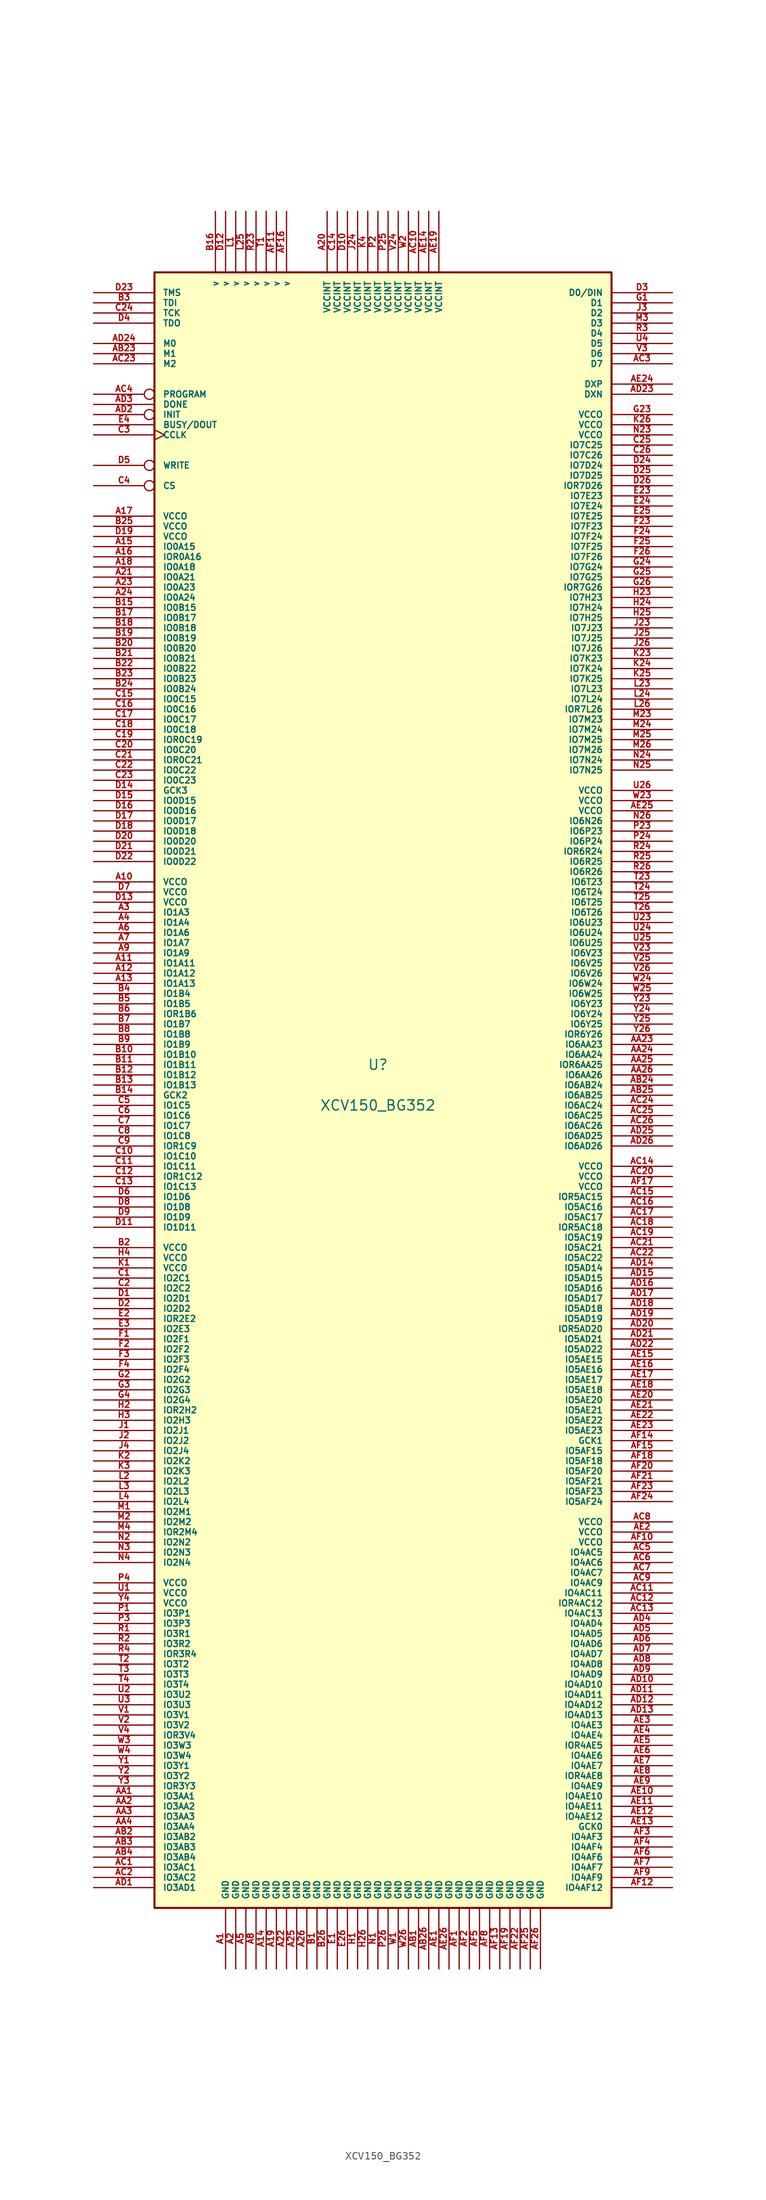
<source format=kicad_sym>
(kicad_symbol_lib
  (version 20201005)
  (generator kicad_symbol_editor)
  (symbol "FPGA_Xilinx:XCV150_BG352"
    (pin_names
      (offset 1.016))
    (property "Reference" "U"
      (at 0 2.54 0)
      (effects (font (size 1.27 1.27))))
    (property "Value" "XCV150_BG352"
      (at 0 -2.54 0)
      (effects (font (size 1.27 1.27))))
    (symbol "XCV150_BG352_0_1"
      (rectangle (start -27.94 101.6) (end 29.21 -102.87) (stroke (width 0.254)) (fill (type background))))
    (symbol "XCV150_BG352_1_1"
      (pin power_in line (at -19.05 -110.49 90) (length 7.62) (name "GND" (effects (font (size 0.762 0.762)))) (number "A1" (effects (font (size 0.762 0.762)))))
      (pin power_in line (at -35.56 25.4 0) (length 7.62) (name "VCCO" (effects (font (size 0.762 0.762)))) (number "A10" (effects (font (size 0.762 0.762)))))
      (pin bidirectional line (at -35.56 15.24 0) (length 7.62) (name "IO1A11" (effects (font (size 0.762 0.762)))) (number "A11" (effects (font (size 0.762 0.762)))))
      (pin bidirectional line (at -35.56 13.97 0) (length 7.62) (name "IO1A12" (effects (font (size 0.762 0.762)))) (number "A12" (effects (font (size 0.762 0.762)))))
      (pin bidirectional line (at -35.56 12.7 0) (length 7.62) (name "IO1A13" (effects (font (size 0.762 0.762)))) (number "A13" (effects (font (size 0.762 0.762)))))
      (pin power_in line (at -13.97 -110.49 90) (length 7.62) (name "GND" (effects (font (size 0.762 0.762)))) (number "A14" (effects (font (size 0.762 0.762)))))
      (pin bidirectional line (at -35.56 67.31 0) (length 7.62) (name "IO0A15" (effects (font (size 0.762 0.762)))) (number "A15" (effects (font (size 0.762 0.762)))))
      (pin bidirectional line (at -35.56 66.04 0) (length 7.62) (name "IOR0A16" (effects (font (size 0.762 0.762)))) (number "A16" (effects (font (size 0.762 0.762)))))
      (pin power_in line (at -35.56 71.12 0) (length 7.62) (name "VCCO" (effects (font (size 0.762 0.762)))) (number "A17" (effects (font (size 0.762 0.762)))))
      (pin bidirectional line (at -35.56 64.77 0) (length 7.62) (name "IO0A18" (effects (font (size 0.762 0.762)))) (number "A18" (effects (font (size 0.762 0.762)))))
      (pin power_in line (at -12.7 -110.49 90) (length 7.62) (name "GND" (effects (font (size 0.762 0.762)))) (number "A19" (effects (font (size 0.762 0.762)))))
      (pin power_in line (at -17.78 -110.49 90) (length 7.62) (name "GND" (effects (font (size 0.762 0.762)))) (number "A2" (effects (font (size 0.762 0.762)))))
      (pin power_in line (at -6.35 109.22 270) (length 7.62) (name "VCCINT" (effects (font (size 0.762 0.762)))) (number "A20" (effects (font (size 0.762 0.762)))))
      (pin bidirectional line (at -35.56 63.5 0) (length 7.62) (name "IO0A21" (effects (font (size 0.762 0.762)))) (number "A21" (effects (font (size 0.762 0.762)))))
      (pin power_in line (at -11.43 -110.49 90) (length 7.62) (name "GND" (effects (font (size 0.762 0.762)))) (number "A22" (effects (font (size 0.762 0.762)))))
      (pin bidirectional line (at -35.56 62.23 0) (length 7.62) (name "IO0A23" (effects (font (size 0.762 0.762)))) (number "A23" (effects (font (size 0.762 0.762)))))
      (pin bidirectional line (at -35.56 60.96 0) (length 7.62) (name "IO0A24" (effects (font (size 0.762 0.762)))) (number "A24" (effects (font (size 0.762 0.762)))))
      (pin power_in line (at -10.16 -110.49 90) (length 7.62) (name "GND" (effects (font (size 0.762 0.762)))) (number "A25" (effects (font (size 0.762 0.762)))))
      (pin power_in line (at -8.89 -110.49 90) (length 7.62) (name "GND" (effects (font (size 0.762 0.762)))) (number "A26" (effects (font (size 0.762 0.762)))))
      (pin bidirectional line (at -35.56 21.59 0) (length 7.62) (name "IO1A3" (effects (font (size 0.762 0.762)))) (number "A3" (effects (font (size 0.762 0.762)))))
      (pin bidirectional line (at -35.56 20.32 0) (length 7.62) (name "IO1A4" (effects (font (size 0.762 0.762)))) (number "A4" (effects (font (size 0.762 0.762)))))
      (pin power_in line (at -16.51 -110.49 90) (length 7.62) (name "GND" (effects (font (size 0.762 0.762)))) (number "A5" (effects (font (size 0.762 0.762)))))
      (pin bidirectional line (at -35.56 19.05 0) (length 7.62) (name "IO1A6" (effects (font (size 0.762 0.762)))) (number "A6" (effects (font (size 0.762 0.762)))))
      (pin bidirectional line (at -35.56 17.78 0) (length 7.62) (name "IO1A7" (effects (font (size 0.762 0.762)))) (number "A7" (effects (font (size 0.762 0.762)))))
      (pin power_in line (at -15.24 -110.49 90) (length 7.62) (name "GND" (effects (font (size 0.762 0.762)))) (number "A8" (effects (font (size 0.762 0.762)))))
      (pin bidirectional line (at -35.56 16.51 0) (length 7.62) (name "IO1A9" (effects (font (size 0.762 0.762)))) (number "A9" (effects (font (size 0.762 0.762)))))
      (pin bidirectional line (at -35.56 -88.9 0) (length 7.62) (name "IO3AA1" (effects (font (size 0.762 0.762)))) (number "AA1" (effects (font (size 0.762 0.762)))))
      (pin bidirectional line (at -35.56 -90.17 0) (length 7.62) (name "IO3AA2" (effects (font (size 0.762 0.762)))) (number "AA2" (effects (font (size 0.762 0.762)))))
      (pin bidirectional line (at 36.83 5.08 180) (length 7.62) (name "IO6AA23" (effects (font (size 0.762 0.762)))) (number "AA23" (effects (font (size 0.762 0.762)))))
      (pin bidirectional line (at 36.83 3.81 180) (length 7.62) (name "IO6AA24" (effects (font (size 0.762 0.762)))) (number "AA24" (effects (font (size 0.762 0.762)))))
      (pin bidirectional line (at 36.83 2.54 180) (length 7.62) (name "IOR6AA25" (effects (font (size 0.762 0.762)))) (number "AA25" (effects (font (size 0.762 0.762)))))
      (pin bidirectional line (at 36.83 1.27 180) (length 7.62) (name "IO6AA26" (effects (font (size 0.762 0.762)))) (number "AA26" (effects (font (size 0.762 0.762)))))
      (pin bidirectional line (at -35.56 -91.44 0) (length 7.62) (name "IO3AA3" (effects (font (size 0.762 0.762)))) (number "AA3" (effects (font (size 0.762 0.762)))))
      (pin bidirectional line (at -35.56 -92.71 0) (length 7.62) (name "IO3AA4" (effects (font (size 0.762 0.762)))) (number "AA4" (effects (font (size 0.762 0.762)))))
      (pin power_in line (at 5.08 -110.49 90) (length 7.62) (name "GND" (effects (font (size 0.762 0.762)))) (number "AB1" (effects (font (size 0.762 0.762)))))
      (pin bidirectional line (at -35.56 -93.98 0) (length 7.62) (name "IO3AB2" (effects (font (size 0.762 0.762)))) (number "AB2" (effects (font (size 0.762 0.762)))))
      (pin input line (at -35.56 91.44 0) (length 7.62) (name "M1" (effects (font (size 0.762 0.762)))) (number "AB23" (effects (font (size 0.762 0.762)))))
      (pin bidirectional line (at 36.83 0 180) (length 7.62) (name "IO6AB24" (effects (font (size 0.762 0.762)))) (number "AB24" (effects (font (size 0.762 0.762)))))
      (pin bidirectional line (at 36.83 -1.27 180) (length 7.62) (name "IO6AB25" (effects (font (size 0.762 0.762)))) (number "AB25" (effects (font (size 0.762 0.762)))))
      (pin power_in line (at 6.35 -110.49 90) (length 7.62) (name "GND" (effects (font (size 0.762 0.762)))) (number "AB26" (effects (font (size 0.762 0.762)))))
      (pin bidirectional line (at -35.56 -95.25 0) (length 7.62) (name "IO3AB3" (effects (font (size 0.762 0.762)))) (number "AB3" (effects (font (size 0.762 0.762)))))
      (pin bidirectional line (at -35.56 -96.52 0) (length 7.62) (name "IO3AB4" (effects (font (size 0.762 0.762)))) (number "AB4" (effects (font (size 0.762 0.762)))))
      (pin bidirectional line (at -35.56 -97.79 0) (length 7.62) (name "IO3AC1" (effects (font (size 0.762 0.762)))) (number "AC1" (effects (font (size 0.762 0.762)))))
      (pin power_in line (at 5.08 109.22 270) (length 7.62) (name "VCCINT" (effects (font (size 0.762 0.762)))) (number "AC10" (effects (font (size 0.762 0.762)))))
      (pin bidirectional line (at 36.83 -63.5 180) (length 7.62) (name "IO4AC11" (effects (font (size 0.762 0.762)))) (number "AC11" (effects (font (size 0.762 0.762)))))
      (pin bidirectional line (at 36.83 -64.77 180) (length 7.62) (name "IOR4AC12" (effects (font (size 0.762 0.762)))) (number "AC12" (effects (font (size 0.762 0.762)))))
      (pin bidirectional line (at 36.83 -66.04 180) (length 7.62) (name "IO4AC13" (effects (font (size 0.762 0.762)))) (number "AC13" (effects (font (size 0.762 0.762)))))
      (pin power_in line (at 36.83 -10.16 180) (length 7.62) (name "VCCO" (effects (font (size 0.762 0.762)))) (number "AC14" (effects (font (size 0.762 0.762)))))
      (pin bidirectional line (at 36.83 -13.97 180) (length 7.62) (name "IOR5AC15" (effects (font (size 0.762 0.762)))) (number "AC15" (effects (font (size 0.762 0.762)))))
      (pin bidirectional line (at 36.83 -15.24 180) (length 7.62) (name "IO5AC16" (effects (font (size 0.762 0.762)))) (number "AC16" (effects (font (size 0.762 0.762)))))
      (pin bidirectional line (at 36.83 -16.51 180) (length 7.62) (name "IO5AC17" (effects (font (size 0.762 0.762)))) (number "AC17" (effects (font (size 0.762 0.762)))))
      (pin bidirectional line (at 36.83 -17.78 180) (length 7.62) (name "IOR5AC18" (effects (font (size 0.762 0.762)))) (number "AC18" (effects (font (size 0.762 0.762)))))
      (pin bidirectional line (at 36.83 -19.05 180) (length 7.62) (name "IO5AC19" (effects (font (size 0.762 0.762)))) (number "AC19" (effects (font (size 0.762 0.762)))))
      (pin bidirectional line (at -35.56 -99.06 0) (length 7.62) (name "IO3AC2" (effects (font (size 0.762 0.762)))) (number "AC2" (effects (font (size 0.762 0.762)))))
      (pin power_in line (at 36.83 -11.43 180) (length 7.62) (name "VCCO" (effects (font (size 0.762 0.762)))) (number "AC20" (effects (font (size 0.762 0.762)))))
      (pin bidirectional line (at 36.83 -20.32 180) (length 7.62) (name "IO5AC21" (effects (font (size 0.762 0.762)))) (number "AC21" (effects (font (size 0.762 0.762)))))
      (pin bidirectional line (at 36.83 -21.59 180) (length 7.62) (name "IO5AC22" (effects (font (size 0.762 0.762)))) (number "AC22" (effects (font (size 0.762 0.762)))))
      (pin input line (at -35.56 90.17 0) (length 7.62) (name "M2" (effects (font (size 0.762 0.762)))) (number "AC23" (effects (font (size 0.762 0.762)))))
      (pin bidirectional line (at 36.83 -2.54 180) (length 7.62) (name "IO6AC24" (effects (font (size 0.762 0.762)))) (number "AC24" (effects (font (size 0.762 0.762)))))
      (pin bidirectional line (at 36.83 -3.81 180) (length 7.62) (name "IO6AC25" (effects (font (size 0.762 0.762)))) (number "AC25" (effects (font (size 0.762 0.762)))))
      (pin bidirectional line (at 36.83 -5.08 180) (length 7.62) (name "IO6AC26" (effects (font (size 0.762 0.762)))) (number "AC26" (effects (font (size 0.762 0.762)))))
      (pin bidirectional line (at 36.83 90.17 180) (length 7.62) (name "D7" (effects (font (size 0.762 0.762)))) (number "AC3" (effects (font (size 0.762 0.762)))))
      (pin input inverted (at -35.56 86.36 0) (length 7.62) (name "PROGRAM" (effects (font (size 0.762 0.762)))) (number "AC4" (effects (font (size 0.762 0.762)))))
      (pin bidirectional line (at 36.83 -58.42 180) (length 7.62) (name "IO4AC5" (effects (font (size 0.762 0.762)))) (number "AC5" (effects (font (size 0.762 0.762)))))
      (pin bidirectional line (at 36.83 -59.69 180) (length 7.62) (name "IO4AC6" (effects (font (size 0.762 0.762)))) (number "AC6" (effects (font (size 0.762 0.762)))))
      (pin bidirectional line (at 36.83 -60.96 180) (length 7.62) (name "IO4AC7" (effects (font (size 0.762 0.762)))) (number "AC7" (effects (font (size 0.762 0.762)))))
      (pin power_in line (at 36.83 -54.61 180) (length 7.62) (name "VCCO" (effects (font (size 0.762 0.762)))) (number "AC8" (effects (font (size 0.762 0.762)))))
      (pin bidirectional line (at 36.83 -62.23 180) (length 7.62) (name "IO4AC9" (effects (font (size 0.762 0.762)))) (number "AC9" (effects (font (size 0.762 0.762)))))
      (pin bidirectional line (at -35.56 -100.33 0) (length 7.62) (name "IO3AD1" (effects (font (size 0.762 0.762)))) (number "AD1" (effects (font (size 0.762 0.762)))))
      (pin bidirectional line (at 36.83 -74.93 180) (length 7.62) (name "IO4AD10" (effects (font (size 0.762 0.762)))) (number "AD10" (effects (font (size 0.762 0.762)))))
      (pin bidirectional line (at 36.83 -76.2 180) (length 7.62) (name "IO4AD11" (effects (font (size 0.762 0.762)))) (number "AD11" (effects (font (size 0.762 0.762)))))
      (pin bidirectional line (at 36.83 -77.47 180) (length 7.62) (name "IO4AD12" (effects (font (size 0.762 0.762)))) (number "AD12" (effects (font (size 0.762 0.762)))))
      (pin bidirectional line (at 36.83 -78.74 180) (length 7.62) (name "IO4AD13" (effects (font (size 0.762 0.762)))) (number "AD13" (effects (font (size 0.762 0.762)))))
      (pin bidirectional line (at 36.83 -22.86 180) (length 7.62) (name "IO5AD14" (effects (font (size 0.762 0.762)))) (number "AD14" (effects (font (size 0.762 0.762)))))
      (pin bidirectional line (at 36.83 -24.13 180) (length 7.62) (name "IO5AD15" (effects (font (size 0.762 0.762)))) (number "AD15" (effects (font (size 0.762 0.762)))))
      (pin bidirectional line (at 36.83 -25.4 180) (length 7.62) (name "IO5AD16" (effects (font (size 0.762 0.762)))) (number "AD16" (effects (font (size 0.762 0.762)))))
      (pin bidirectional line (at 36.83 -26.67 180) (length 7.62) (name "IO5AD17" (effects (font (size 0.762 0.762)))) (number "AD17" (effects (font (size 0.762 0.762)))))
      (pin bidirectional line (at 36.83 -27.94 180) (length 7.62) (name "IO5AD18" (effects (font (size 0.762 0.762)))) (number "AD18" (effects (font (size 0.762 0.762)))))
      (pin bidirectional line (at 36.83 -29.21 180) (length 7.62) (name "IO5AD19" (effects (font (size 0.762 0.762)))) (number "AD19" (effects (font (size 0.762 0.762)))))
      (pin bidirectional inverted (at -35.56 83.82 0) (length 7.62) (name "INIT" (effects (font (size 0.762 0.762)))) (number "AD2" (effects (font (size 0.762 0.762)))))
      (pin bidirectional line (at 36.83 -30.48 180) (length 7.62) (name "IOR5AD20" (effects (font (size 0.762 0.762)))) (number "AD20" (effects (font (size 0.762 0.762)))))
      (pin bidirectional line (at 36.83 -31.75 180) (length 7.62) (name "IO5AD21" (effects (font (size 0.762 0.762)))) (number "AD21" (effects (font (size 0.762 0.762)))))
      (pin bidirectional line (at 36.83 -33.02 180) (length 7.62) (name "IO5AD22" (effects (font (size 0.762 0.762)))) (number "AD22" (effects (font (size 0.762 0.762)))))
      (pin passive line (at 36.83 86.36 180) (length 7.62) (name "DXN" (effects (font (size 0.762 0.762)))) (number "AD23" (effects (font (size 0.762 0.762)))))
      (pin input line (at -35.56 92.71 0) (length 7.62) (name "M0" (effects (font (size 0.762 0.762)))) (number "AD24" (effects (font (size 0.762 0.762)))))
      (pin bidirectional line (at 36.83 -6.35 180) (length 7.62) (name "IO6AD25" (effects (font (size 0.762 0.762)))) (number "AD25" (effects (font (size 0.762 0.762)))))
      (pin bidirectional line (at 36.83 -7.62 180) (length 7.62) (name "IO6AD26" (effects (font (size 0.762 0.762)))) (number "AD26" (effects (font (size 0.762 0.762)))))
      (pin bidirectional line (at -35.56 85.09 0) (length 7.62) (name "DONE" (effects (font (size 0.762 0.762)))) (number "AD3" (effects (font (size 0.762 0.762)))))
      (pin bidirectional line (at 36.83 -67.31 180) (length 7.62) (name "IO4AD4" (effects (font (size 0.762 0.762)))) (number "AD4" (effects (font (size 0.762 0.762)))))
      (pin bidirectional line (at 36.83 -68.58 180) (length 7.62) (name "IO4AD5" (effects (font (size 0.762 0.762)))) (number "AD5" (effects (font (size 0.762 0.762)))))
      (pin bidirectional line (at 36.83 -69.85 180) (length 7.62) (name "IO4AD6" (effects (font (size 0.762 0.762)))) (number "AD6" (effects (font (size 0.762 0.762)))))
      (pin bidirectional line (at 36.83 -71.12 180) (length 7.62) (name "IO4AD7" (effects (font (size 0.762 0.762)))) (number "AD7" (effects (font (size 0.762 0.762)))))
      (pin bidirectional line (at 36.83 -72.39 180) (length 7.62) (name "IO4AD8" (effects (font (size 0.762 0.762)))) (number "AD8" (effects (font (size 0.762 0.762)))))
      (pin bidirectional line (at 36.83 -73.66 180) (length 7.62) (name "IO4AD9" (effects (font (size 0.762 0.762)))) (number "AD9" (effects (font (size 0.762 0.762)))))
      (pin power_in line (at 7.62 -110.49 90) (length 7.62) (name "GND" (effects (font (size 0.762 0.762)))) (number "AE1" (effects (font (size 0.762 0.762)))))
      (pin bidirectional line (at 36.83 -88.9 180) (length 7.62) (name "IO4AE10" (effects (font (size 0.762 0.762)))) (number "AE10" (effects (font (size 0.762 0.762)))))
      (pin bidirectional line (at 36.83 -90.17 180) (length 7.62) (name "IO4AE11" (effects (font (size 0.762 0.762)))) (number "AE11" (effects (font (size 0.762 0.762)))))
      (pin bidirectional line (at 36.83 -91.44 180) (length 7.62) (name "IO4AE12" (effects (font (size 0.762 0.762)))) (number "AE12" (effects (font (size 0.762 0.762)))))
      (pin input line (at 36.83 -92.71 180) (length 7.62) (name "GCK0" (effects (font (size 0.762 0.762)))) (number "AE13" (effects (font (size 0.762 0.762)))))
      (pin power_in line (at 6.35 109.22 270) (length 7.62) (name "VCCINT" (effects (font (size 0.762 0.762)))) (number "AE14" (effects (font (size 0.762 0.762)))))
      (pin bidirectional line (at 36.83 -34.29 180) (length 7.62) (name "IO5AE15" (effects (font (size 0.762 0.762)))) (number "AE15" (effects (font (size 0.762 0.762)))))
      (pin bidirectional line (at 36.83 -35.56 180) (length 7.62) (name "IO5AE16" (effects (font (size 0.762 0.762)))) (number "AE16" (effects (font (size 0.762 0.762)))))
      (pin bidirectional line (at 36.83 -36.83 180) (length 7.62) (name "IO5AE17" (effects (font (size 0.762 0.762)))) (number "AE17" (effects (font (size 0.762 0.762)))))
      (pin bidirectional line (at 36.83 -38.1 180) (length 7.62) (name "IO5AE18" (effects (font (size 0.762 0.762)))) (number "AE18" (effects (font (size 0.762 0.762)))))
      (pin power_in line (at 7.62 109.22 270) (length 7.62) (name "VCCINT" (effects (font (size 0.762 0.762)))) (number "AE19" (effects (font (size 0.762 0.762)))))
      (pin power_in line (at 36.83 -55.88 180) (length 7.62) (name "VCCO" (effects (font (size 0.762 0.762)))) (number "AE2" (effects (font (size 0.762 0.762)))))
      (pin bidirectional line (at 36.83 -39.37 180) (length 7.62) (name "IO5AE20" (effects (font (size 0.762 0.762)))) (number "AE20" (effects (font (size 0.762 0.762)))))
      (pin bidirectional line (at 36.83 -40.64 180) (length 7.62) (name "IO5AE21" (effects (font (size 0.762 0.762)))) (number "AE21" (effects (font (size 0.762 0.762)))))
      (pin bidirectional line (at 36.83 -41.91 180) (length 7.62) (name "IO5AE22" (effects (font (size 0.762 0.762)))) (number "AE22" (effects (font (size 0.762 0.762)))))
      (pin bidirectional line (at 36.83 -43.18 180) (length 7.62) (name "IO5AE23" (effects (font (size 0.762 0.762)))) (number "AE23" (effects (font (size 0.762 0.762)))))
      (pin passive line (at 36.83 87.63 180) (length 7.62) (name "DXP" (effects (font (size 0.762 0.762)))) (number "AE24" (effects (font (size 0.762 0.762)))))
      (pin power_in line (at 36.83 34.29 180) (length 7.62) (name "VCCO" (effects (font (size 0.762 0.762)))) (number "AE25" (effects (font (size 0.762 0.762)))))
      (pin power_in line (at 8.89 -110.49 90) (length 7.62) (name "GND" (effects (font (size 0.762 0.762)))) (number "AE26" (effects (font (size 0.762 0.762)))))
      (pin bidirectional line (at 36.83 -80.01 180) (length 7.62) (name "IO4AE3" (effects (font (size 0.762 0.762)))) (number "AE3" (effects (font (size 0.762 0.762)))))
      (pin bidirectional line (at 36.83 -81.28 180) (length 7.62) (name "IO4AE4" (effects (font (size 0.762 0.762)))) (number "AE4" (effects (font (size 0.762 0.762)))))
      (pin bidirectional line (at 36.83 -82.55 180) (length 7.62) (name "IOR4AE5" (effects (font (size 0.762 0.762)))) (number "AE5" (effects (font (size 0.762 0.762)))))
      (pin bidirectional line (at 36.83 -83.82 180) (length 7.62) (name "IO4AE6" (effects (font (size 0.762 0.762)))) (number "AE6" (effects (font (size 0.762 0.762)))))
      (pin bidirectional line (at 36.83 -85.09 180) (length 7.62) (name "IO4AE7" (effects (font (size 0.762 0.762)))) (number "AE7" (effects (font (size 0.762 0.762)))))
      (pin bidirectional line (at 36.83 -86.36 180) (length 7.62) (name "IOR4AE8" (effects (font (size 0.762 0.762)))) (number "AE8" (effects (font (size 0.762 0.762)))))
      (pin bidirectional line (at 36.83 -87.63 180) (length 7.62) (name "IO4AE9" (effects (font (size 0.762 0.762)))) (number "AE9" (effects (font (size 0.762 0.762)))))
      (pin power_in line (at 10.16 -110.49 90) (length 7.62) (name "GND" (effects (font (size 0.762 0.762)))) (number "AF1" (effects (font (size 0.762 0.762)))))
      (pin power_in line (at 36.83 -57.15 180) (length 7.62) (name "VCCO" (effects (font (size 0.762 0.762)))) (number "AF10" (effects (font (size 0.762 0.762)))))
      (pin passive line (at -12.7 109.22 270) (length 7.62) (name "v" (effects (font (size 0.762 0.762)))) (number "AF11" (effects (font (size 0.762 0.762)))))
      (pin bidirectional line (at 36.83 -100.33 180) (length 7.62) (name "IO4AF12" (effects (font (size 0.762 0.762)))) (number "AF12" (effects (font (size 0.762 0.762)))))
      (pin power_in line (at 15.24 -110.49 90) (length 7.62) (name "GND" (effects (font (size 0.762 0.762)))) (number "AF13" (effects (font (size 0.762 0.762)))))
      (pin input line (at 36.83 -44.45 180) (length 7.62) (name "GCK1" (effects (font (size 0.762 0.762)))) (number "AF14" (effects (font (size 0.762 0.762)))))
      (pin bidirectional line (at 36.83 -45.72 180) (length 7.62) (name "IO5AF15" (effects (font (size 0.762 0.762)))) (number "AF15" (effects (font (size 0.762 0.762)))))
      (pin passive line (at -11.43 109.22 270) (length 7.62) (name "v" (effects (font (size 0.762 0.762)))) (number "AF16" (effects (font (size 0.762 0.762)))))
      (pin power_in line (at 36.83 -12.7 180) (length 7.62) (name "VCCO" (effects (font (size 0.762 0.762)))) (number "AF17" (effects (font (size 0.762 0.762)))))
      (pin bidirectional line (at 36.83 -46.99 180) (length 7.62) (name "IO5AF18" (effects (font (size 0.762 0.762)))) (number "AF18" (effects (font (size 0.762 0.762)))))
      (pin power_in line (at 16.51 -110.49 90) (length 7.62) (name "GND" (effects (font (size 0.762 0.762)))) (number "AF19" (effects (font (size 0.762 0.762)))))
      (pin power_in line (at 11.43 -110.49 90) (length 7.62) (name "GND" (effects (font (size 0.762 0.762)))) (number "AF2" (effects (font (size 0.762 0.762)))))
      (pin bidirectional line (at 36.83 -48.26 180) (length 7.62) (name "IO5AF20" (effects (font (size 0.762 0.762)))) (number "AF20" (effects (font (size 0.762 0.762)))))
      (pin bidirectional line (at 36.83 -49.53 180) (length 7.62) (name "IO5AF21" (effects (font (size 0.762 0.762)))) (number "AF21" (effects (font (size 0.762 0.762)))))
      (pin power_in line (at 17.78 -110.49 90) (length 7.62) (name "GND" (effects (font (size 0.762 0.762)))) (number "AF22" (effects (font (size 0.762 0.762)))))
      (pin bidirectional line (at 36.83 -50.8 180) (length 7.62) (name "IO5AF23" (effects (font (size 0.762 0.762)))) (number "AF23" (effects (font (size 0.762 0.762)))))
      (pin bidirectional line (at 36.83 -52.07 180) (length 7.62) (name "IO5AF24" (effects (font (size 0.762 0.762)))) (number "AF24" (effects (font (size 0.762 0.762)))))
      (pin power_in line (at 19.05 -110.49 90) (length 7.62) (name "GND" (effects (font (size 0.762 0.762)))) (number "AF25" (effects (font (size 0.762 0.762)))))
      (pin power_in line (at 20.32 -110.49 90) (length 7.62) (name "GND" (effects (font (size 0.762 0.762)))) (number "AF26" (effects (font (size 0.762 0.762)))))
      (pin bidirectional line (at 36.83 -93.98 180) (length 7.62) (name "IO4AF3" (effects (font (size 0.762 0.762)))) (number "AF3" (effects (font (size 0.762 0.762)))))
      (pin bidirectional line (at 36.83 -95.25 180) (length 7.62) (name "IO4AF4" (effects (font (size 0.762 0.762)))) (number "AF4" (effects (font (size 0.762 0.762)))))
      (pin power_in line (at 12.7 -110.49 90) (length 7.62) (name "GND" (effects (font (size 0.762 0.762)))) (number "AF5" (effects (font (size 0.762 0.762)))))
      (pin bidirectional line (at 36.83 -96.52 180) (length 7.62) (name "IO4AF6" (effects (font (size 0.762 0.762)))) (number "AF6" (effects (font (size 0.762 0.762)))))
      (pin bidirectional line (at 36.83 -97.79 180) (length 7.62) (name "IO4AF7" (effects (font (size 0.762 0.762)))) (number "AF7" (effects (font (size 0.762 0.762)))))
      (pin power_in line (at 13.97 -110.49 90) (length 7.62) (name "GND" (effects (font (size 0.762 0.762)))) (number "AF8" (effects (font (size 0.762 0.762)))))
      (pin bidirectional line (at 36.83 -99.06 180) (length 7.62) (name "IO4AF9" (effects (font (size 0.762 0.762)))) (number "AF9" (effects (font (size 0.762 0.762)))))
      (pin power_in line (at -7.62 -110.49 90) (length 7.62) (name "GND" (effects (font (size 0.762 0.762)))) (number "B1" (effects (font (size 0.762 0.762)))))
      (pin bidirectional line (at -35.56 3.81 0) (length 7.62) (name "IO1B10" (effects (font (size 0.762 0.762)))) (number "B10" (effects (font (size 0.762 0.762)))))
      (pin bidirectional line (at -35.56 2.54 0) (length 7.62) (name "IO1B11" (effects (font (size 0.762 0.762)))) (number "B11" (effects (font (size 0.762 0.762)))))
      (pin bidirectional line (at -35.56 1.27 0) (length 7.62) (name "IO1B12" (effects (font (size 0.762 0.762)))) (number "B12" (effects (font (size 0.762 0.762)))))
      (pin bidirectional line (at -35.56 0 0) (length 7.62) (name "IO1B13" (effects (font (size 0.762 0.762)))) (number "B13" (effects (font (size 0.762 0.762)))))
      (pin input line (at -35.56 -1.27 0) (length 7.62) (name "GCK2" (effects (font (size 0.762 0.762)))) (number "B14" (effects (font (size 0.762 0.762)))))
      (pin bidirectional line (at -35.56 59.69 0) (length 7.62) (name "IO0B15" (effects (font (size 0.762 0.762)))) (number "B15" (effects (font (size 0.762 0.762)))))
      (pin passive line (at -20.32 109.22 270) (length 7.62) (name "v" (effects (font (size 0.762 0.762)))) (number "B16" (effects (font (size 0.762 0.762)))))
      (pin bidirectional line (at -35.56 58.42 0) (length 7.62) (name "IO0B17" (effects (font (size 0.762 0.762)))) (number "B17" (effects (font (size 0.762 0.762)))))
      (pin bidirectional line (at -35.56 57.15 0) (length 7.62) (name "IO0B18" (effects (font (size 0.762 0.762)))) (number "B18" (effects (font (size 0.762 0.762)))))
      (pin bidirectional line (at -35.56 55.88 0) (length 7.62) (name "IO0B19" (effects (font (size 0.762 0.762)))) (number "B19" (effects (font (size 0.762 0.762)))))
      (pin power_in line (at -35.56 -20.32 0) (length 7.62) (name "VCCO" (effects (font (size 0.762 0.762)))) (number "B2" (effects (font (size 0.762 0.762)))))
      (pin bidirectional line (at -35.56 54.61 0) (length 7.62) (name "IO0B20" (effects (font (size 0.762 0.762)))) (number "B20" (effects (font (size 0.762 0.762)))))
      (pin bidirectional line (at -35.56 53.34 0) (length 7.62) (name "IO0B21" (effects (font (size 0.762 0.762)))) (number "B21" (effects (font (size 0.762 0.762)))))
      (pin bidirectional line (at -35.56 52.07 0) (length 7.62) (name "IO0B22" (effects (font (size 0.762 0.762)))) (number "B22" (effects (font (size 0.762 0.762)))))
      (pin bidirectional line (at -35.56 50.8 0) (length 7.62) (name "IO0B23" (effects (font (size 0.762 0.762)))) (number "B23" (effects (font (size 0.762 0.762)))))
      (pin bidirectional line (at -35.56 49.53 0) (length 7.62) (name "IO0B24" (effects (font (size 0.762 0.762)))) (number "B24" (effects (font (size 0.762 0.762)))))
      (pin power_in line (at -35.56 69.85 0) (length 7.62) (name "VCCO" (effects (font (size 0.762 0.762)))) (number "B25" (effects (font (size 0.762 0.762)))))
      (pin power_in line (at -6.35 -110.49 90) (length 7.62) (name "GND" (effects (font (size 0.762 0.762)))) (number "B26" (effects (font (size 0.762 0.762)))))
      (pin passive line (at -35.56 97.79 0) (length 7.62) (name "TDI" (effects (font (size 0.762 0.762)))) (number "B3" (effects (font (size 0.762 0.762)))))
      (pin bidirectional line (at -35.56 11.43 0) (length 7.62) (name "IO1B4" (effects (font (size 0.762 0.762)))) (number "B4" (effects (font (size 0.762 0.762)))))
      (pin bidirectional line (at -35.56 10.16 0) (length 7.62) (name "IO1B5" (effects (font (size 0.762 0.762)))) (number "B5" (effects (font (size 0.762 0.762)))))
      (pin bidirectional line (at -35.56 8.89 0) (length 7.62) (name "IOR1B6" (effects (font (size 0.762 0.762)))) (number "B6" (effects (font (size 0.762 0.762)))))
      (pin bidirectional line (at -35.56 7.62 0) (length 7.62) (name "IO1B7" (effects (font (size 0.762 0.762)))) (number "B7" (effects (font (size 0.762 0.762)))))
      (pin bidirectional line (at -35.56 6.35 0) (length 7.62) (name "IO1B8" (effects (font (size 0.762 0.762)))) (number "B8" (effects (font (size 0.762 0.762)))))
      (pin bidirectional line (at -35.56 5.08 0) (length 7.62) (name "IO1B9" (effects (font (size 0.762 0.762)))) (number "B9" (effects (font (size 0.762 0.762)))))
      (pin bidirectional line (at -35.56 -24.13 0) (length 7.62) (name "IO2C1" (effects (font (size 0.762 0.762)))) (number "C1" (effects (font (size 0.762 0.762)))))
      (pin bidirectional line (at -35.56 -8.89 0) (length 7.62) (name "IO1C10" (effects (font (size 0.762 0.762)))) (number "C10" (effects (font (size 0.762 0.762)))))
      (pin bidirectional line (at -35.56 -10.16 0) (length 7.62) (name "IO1C11" (effects (font (size 0.762 0.762)))) (number "C11" (effects (font (size 0.762 0.762)))))
      (pin bidirectional line (at -35.56 -11.43 0) (length 7.62) (name "IOR1C12" (effects (font (size 0.762 0.762)))) (number "C12" (effects (font (size 0.762 0.762)))))
      (pin bidirectional line (at -35.56 -12.7 0) (length 7.62) (name "IO1C13" (effects (font (size 0.762 0.762)))) (number "C13" (effects (font (size 0.762 0.762)))))
      (pin power_in line (at -5.08 109.22 270) (length 7.62) (name "VCCINT" (effects (font (size 0.762 0.762)))) (number "C14" (effects (font (size 0.762 0.762)))))
      (pin bidirectional line (at -35.56 48.26 0) (length 7.62) (name "IO0C15" (effects (font (size 0.762 0.762)))) (number "C15" (effects (font (size 0.762 0.762)))))
      (pin bidirectional line (at -35.56 46.99 0) (length 7.62) (name "IO0C16" (effects (font (size 0.762 0.762)))) (number "C16" (effects (font (size 0.762 0.762)))))
      (pin bidirectional line (at -35.56 45.72 0) (length 7.62) (name "IO0C17" (effects (font (size 0.762 0.762)))) (number "C17" (effects (font (size 0.762 0.762)))))
      (pin bidirectional line (at -35.56 44.45 0) (length 7.62) (name "IO0C18" (effects (font (size 0.762 0.762)))) (number "C18" (effects (font (size 0.762 0.762)))))
      (pin bidirectional line (at -35.56 43.18 0) (length 7.62) (name "IOR0C19" (effects (font (size 0.762 0.762)))) (number "C19" (effects (font (size 0.762 0.762)))))
      (pin bidirectional line (at -35.56 -25.4 0) (length 7.62) (name "IO2C2" (effects (font (size 0.762 0.762)))) (number "C2" (effects (font (size 0.762 0.762)))))
      (pin bidirectional line (at -35.56 41.91 0) (length 7.62) (name "IO0C20" (effects (font (size 0.762 0.762)))) (number "C20" (effects (font (size 0.762 0.762)))))
      (pin bidirectional line (at -35.56 40.64 0) (length 7.62) (name "IOR0C21" (effects (font (size 0.762 0.762)))) (number "C21" (effects (font (size 0.762 0.762)))))
      (pin bidirectional line (at -35.56 39.37 0) (length 7.62) (name "IO0C22" (effects (font (size 0.762 0.762)))) (number "C22" (effects (font (size 0.762 0.762)))))
      (pin bidirectional line (at -35.56 38.1 0) (length 7.62) (name "IO0C23" (effects (font (size 0.762 0.762)))) (number "C23" (effects (font (size 0.762 0.762)))))
      (pin passive line (at -35.56 96.52 0) (length 7.62) (name "TCK" (effects (font (size 0.762 0.762)))) (number "C24" (effects (font (size 0.762 0.762)))))
      (pin bidirectional line (at 36.83 80.01 180) (length 7.62) (name "IO7C25" (effects (font (size 0.762 0.762)))) (number "C25" (effects (font (size 0.762 0.762)))))
      (pin bidirectional line (at 36.83 78.74 180) (length 7.62) (name "IO7C26" (effects (font (size 0.762 0.762)))) (number "C26" (effects (font (size 0.762 0.762)))))
      (pin bidirectional clock (at -35.56 81.28 0) (length 7.62) (name "CCLK" (effects (font (size 0.762 0.762)))) (number "C3" (effects (font (size 0.762 0.762)))))
      (pin input inverted (at -35.56 74.93 0) (length 7.62) (name "CS" (effects (font (size 0.762 0.762)))) (number "C4" (effects (font (size 0.762 0.762)))))
      (pin bidirectional line (at -35.56 -2.54 0) (length 7.62) (name "IO1C5" (effects (font (size 0.762 0.762)))) (number "C5" (effects (font (size 0.762 0.762)))))
      (pin bidirectional line (at -35.56 -3.81 0) (length 7.62) (name "IO1C6" (effects (font (size 0.762 0.762)))) (number "C6" (effects (font (size 0.762 0.762)))))
      (pin bidirectional line (at -35.56 -5.08 0) (length 7.62) (name "IO1C7" (effects (font (size 0.762 0.762)))) (number "C7" (effects (font (size 0.762 0.762)))))
      (pin bidirectional line (at -35.56 -6.35 0) (length 7.62) (name "IO1C8" (effects (font (size 0.762 0.762)))) (number "C8" (effects (font (size 0.762 0.762)))))
      (pin bidirectional line (at -35.56 -7.62 0) (length 7.62) (name "IOR1C9" (effects (font (size 0.762 0.762)))) (number "C9" (effects (font (size 0.762 0.762)))))
      (pin bidirectional line (at -35.56 -26.67 0) (length 7.62) (name "IO2D1" (effects (font (size 0.762 0.762)))) (number "D1" (effects (font (size 0.762 0.762)))))
      (pin power_in line (at -3.81 109.22 270) (length 7.62) (name "VCCINT" (effects (font (size 0.762 0.762)))) (number "D10" (effects (font (size 0.762 0.762)))))
      (pin bidirectional line (at -35.56 -17.78 0) (length 7.62) (name "IO1D11" (effects (font (size 0.762 0.762)))) (number "D11" (effects (font (size 0.762 0.762)))))
      (pin passive line (at -19.05 109.22 270) (length 7.62) (name "v" (effects (font (size 0.762 0.762)))) (number "D12" (effects (font (size 0.762 0.762)))))
      (pin power_in line (at -35.56 22.86 0) (length 7.62) (name "VCCO" (effects (font (size 0.762 0.762)))) (number "D13" (effects (font (size 0.762 0.762)))))
      (pin input line (at -35.56 36.83 0) (length 7.62) (name "GCK3" (effects (font (size 0.762 0.762)))) (number "D14" (effects (font (size 0.762 0.762)))))
      (pin bidirectional line (at -35.56 35.56 0) (length 7.62) (name "IO0D15" (effects (font (size 0.762 0.762)))) (number "D15" (effects (font (size 0.762 0.762)))))
      (pin bidirectional line (at -35.56 34.29 0) (length 7.62) (name "IO0D16" (effects (font (size 0.762 0.762)))) (number "D16" (effects (font (size 0.762 0.762)))))
      (pin bidirectional line (at -35.56 33.02 0) (length 7.62) (name "IO0D17" (effects (font (size 0.762 0.762)))) (number "D17" (effects (font (size 0.762 0.762)))))
      (pin bidirectional line (at -35.56 31.75 0) (length 7.62) (name "IO0D18" (effects (font (size 0.762 0.762)))) (number "D18" (effects (font (size 0.762 0.762)))))
      (pin power_in line (at -35.56 68.58 0) (length 7.62) (name "VCCO" (effects (font (size 0.762 0.762)))) (number "D19" (effects (font (size 0.762 0.762)))))
      (pin bidirectional line (at -35.56 -27.94 0) (length 7.62) (name "IO2D2" (effects (font (size 0.762 0.762)))) (number "D2" (effects (font (size 0.762 0.762)))))
      (pin bidirectional line (at -35.56 30.48 0) (length 7.62) (name "IO0D20" (effects (font (size 0.762 0.762)))) (number "D20" (effects (font (size 0.762 0.762)))))
      (pin bidirectional line (at -35.56 29.21 0) (length 7.62) (name "IO0D21" (effects (font (size 0.762 0.762)))) (number "D21" (effects (font (size 0.762 0.762)))))
      (pin bidirectional line (at -35.56 27.94 0) (length 7.62) (name "IO0D22" (effects (font (size 0.762 0.762)))) (number "D22" (effects (font (size 0.762 0.762)))))
      (pin passive line (at -35.56 99.06 0) (length 7.62) (name "TMS" (effects (font (size 0.762 0.762)))) (number "D23" (effects (font (size 0.762 0.762)))))
      (pin bidirectional line (at 36.83 77.47 180) (length 7.62) (name "IO7D24" (effects (font (size 0.762 0.762)))) (number "D24" (effects (font (size 0.762 0.762)))))
      (pin bidirectional line (at 36.83 76.2 180) (length 7.62) (name "IO7D25" (effects (font (size 0.762 0.762)))) (number "D25" (effects (font (size 0.762 0.762)))))
      (pin bidirectional line (at 36.83 74.93 180) (length 7.62) (name "IOR7D26" (effects (font (size 0.762 0.762)))) (number "D26" (effects (font (size 0.762 0.762)))))
      (pin bidirectional line (at 36.83 99.06 180) (length 7.62) (name "D0/DIN" (effects (font (size 0.762 0.762)))) (number "D3" (effects (font (size 0.762 0.762)))))
      (pin passive line (at -35.56 95.25 0) (length 7.62) (name "TDO" (effects (font (size 0.762 0.762)))) (number "D4" (effects (font (size 0.762 0.762)))))
      (pin input inverted (at -35.56 77.47 0) (length 7.62) (name "WRITE" (effects (font (size 0.762 0.762)))) (number "D5" (effects (font (size 0.762 0.762)))))
      (pin bidirectional line (at -35.56 -13.97 0) (length 7.62) (name "IO1D6" (effects (font (size 0.762 0.762)))) (number "D6" (effects (font (size 0.762 0.762)))))
      (pin power_in line (at -35.56 24.13 0) (length 7.62) (name "VCCO" (effects (font (size 0.762 0.762)))) (number "D7" (effects (font (size 0.762 0.762)))))
      (pin bidirectional line (at -35.56 -15.24 0) (length 7.62) (name "IO1D8" (effects (font (size 0.762 0.762)))) (number "D8" (effects (font (size 0.762 0.762)))))
      (pin bidirectional line (at -35.56 -16.51 0) (length 7.62) (name "IO1D9" (effects (font (size 0.762 0.762)))) (number "D9" (effects (font (size 0.762 0.762)))))
      (pin power_in line (at -5.08 -110.49 90) (length 7.62) (name "GND" (effects (font (size 0.762 0.762)))) (number "E1" (effects (font (size 0.762 0.762)))))
      (pin bidirectional line (at -35.56 -29.21 0) (length 7.62) (name "IOR2E2" (effects (font (size 0.762 0.762)))) (number "E2" (effects (font (size 0.762 0.762)))))
      (pin bidirectional line (at 36.83 73.66 180) (length 7.62) (name "IO7E23" (effects (font (size 0.762 0.762)))) (number "E23" (effects (font (size 0.762 0.762)))))
      (pin bidirectional line (at 36.83 72.39 180) (length 7.62) (name "IO7E24" (effects (font (size 0.762 0.762)))) (number "E24" (effects (font (size 0.762 0.762)))))
      (pin bidirectional line (at 36.83 71.12 180) (length 7.62) (name "IO7E25" (effects (font (size 0.762 0.762)))) (number "E25" (effects (font (size 0.762 0.762)))))
      (pin power_in line (at -3.81 -110.49 90) (length 7.62) (name "GND" (effects (font (size 0.762 0.762)))) (number "E26" (effects (font (size 0.762 0.762)))))
      (pin bidirectional line (at -35.56 -30.48 0) (length 7.62) (name "IO2E3" (effects (font (size 0.762 0.762)))) (number "E3" (effects (font (size 0.762 0.762)))))
      (pin output line (at -35.56 82.55 0) (length 7.62) (name "BUSY/DOUT" (effects (font (size 0.762 0.762)))) (number "E4" (effects (font (size 0.762 0.762)))))
      (pin bidirectional line (at -35.56 -31.75 0) (length 7.62) (name "IO2F1" (effects (font (size 0.762 0.762)))) (number "F1" (effects (font (size 0.762 0.762)))))
      (pin bidirectional line (at -35.56 -33.02 0) (length 7.62) (name "IO2F2" (effects (font (size 0.762 0.762)))) (number "F2" (effects (font (size 0.762 0.762)))))
      (pin bidirectional line (at 36.83 69.85 180) (length 7.62) (name "IO7F23" (effects (font (size 0.762 0.762)))) (number "F23" (effects (font (size 0.762 0.762)))))
      (pin bidirectional line (at 36.83 68.58 180) (length 7.62) (name "IO7F24" (effects (font (size 0.762 0.762)))) (number "F24" (effects (font (size 0.762 0.762)))))
      (pin bidirectional line (at 36.83 67.31 180) (length 7.62) (name "IO7F25" (effects (font (size 0.762 0.762)))) (number "F25" (effects (font (size 0.762 0.762)))))
      (pin bidirectional line (at 36.83 66.04 180) (length 7.62) (name "IO7F26" (effects (font (size 0.762 0.762)))) (number "F26" (effects (font (size 0.762 0.762)))))
      (pin bidirectional line (at -35.56 -34.29 0) (length 7.62) (name "IO2F3" (effects (font (size 0.762 0.762)))) (number "F3" (effects (font (size 0.762 0.762)))))
      (pin bidirectional line (at -35.56 -35.56 0) (length 7.62) (name "IO2F4" (effects (font (size 0.762 0.762)))) (number "F4" (effects (font (size 0.762 0.762)))))
      (pin bidirectional line (at 36.83 97.79 180) (length 7.62) (name "D1" (effects (font (size 0.762 0.762)))) (number "G1" (effects (font (size 0.762 0.762)))))
      (pin bidirectional line (at -35.56 -36.83 0) (length 7.62) (name "IO2G2" (effects (font (size 0.762 0.762)))) (number "G2" (effects (font (size 0.762 0.762)))))
      (pin power_in line (at 36.83 83.82 180) (length 7.62) (name "VCCO" (effects (font (size 0.762 0.762)))) (number "G23" (effects (font (size 0.762 0.762)))))
      (pin bidirectional line (at 36.83 64.77 180) (length 7.62) (name "IO7G24" (effects (font (size 0.762 0.762)))) (number "G24" (effects (font (size 0.762 0.762)))))
      (pin bidirectional line (at 36.83 63.5 180) (length 7.62) (name "IO7G25" (effects (font (size 0.762 0.762)))) (number "G25" (effects (font (size 0.762 0.762)))))
      (pin bidirectional line (at 36.83 62.23 180) (length 7.62) (name "IOR7G26" (effects (font (size 0.762 0.762)))) (number "G26" (effects (font (size 0.762 0.762)))))
      (pin bidirectional line (at -35.56 -38.1 0) (length 7.62) (name "IO2G3" (effects (font (size 0.762 0.762)))) (number "G3" (effects (font (size 0.762 0.762)))))
      (pin bidirectional line (at -35.56 -39.37 0) (length 7.62) (name "IO2G4" (effects (font (size 0.762 0.762)))) (number "G4" (effects (font (size 0.762 0.762)))))
      (pin power_in line (at -2.54 -110.49 90) (length 7.62) (name "GND" (effects (font (size 0.762 0.762)))) (number "H1" (effects (font (size 0.762 0.762)))))
      (pin bidirectional line (at -35.56 -40.64 0) (length 7.62) (name "IOR2H2" (effects (font (size 0.762 0.762)))) (number "H2" (effects (font (size 0.762 0.762)))))
      (pin bidirectional line (at 36.83 60.96 180) (length 7.62) (name "IO7H23" (effects (font (size 0.762 0.762)))) (number "H23" (effects (font (size 0.762 0.762)))))
      (pin bidirectional line (at 36.83 59.69 180) (length 7.62) (name "IO7H24" (effects (font (size 0.762 0.762)))) (number "H24" (effects (font (size 0.762 0.762)))))
      (pin bidirectional line (at 36.83 58.42 180) (length 7.62) (name "IO7H25" (effects (font (size 0.762 0.762)))) (number "H25" (effects (font (size 0.762 0.762)))))
      (pin power_in line (at -1.27 -110.49 90) (length 7.62) (name "GND" (effects (font (size 0.762 0.762)))) (number "H26" (effects (font (size 0.762 0.762)))))
      (pin bidirectional line (at -35.56 -41.91 0) (length 7.62) (name "IO2H3" (effects (font (size 0.762 0.762)))) (number "H3" (effects (font (size 0.762 0.762)))))
      (pin power_in line (at -35.56 -21.59 0) (length 7.62) (name "VCCO" (effects (font (size 0.762 0.762)))) (number "H4" (effects (font (size 0.762 0.762)))))
      (pin bidirectional line (at -35.56 -43.18 0) (length 7.62) (name "IO2J1" (effects (font (size 0.762 0.762)))) (number "J1" (effects (font (size 0.762 0.762)))))
      (pin bidirectional line (at -35.56 -44.45 0) (length 7.62) (name "IO2J2" (effects (font (size 0.762 0.762)))) (number "J2" (effects (font (size 0.762 0.762)))))
      (pin bidirectional line (at 36.83 57.15 180) (length 7.62) (name "IO7J23" (effects (font (size 0.762 0.762)))) (number "J23" (effects (font (size 0.762 0.762)))))
      (pin power_in line (at -2.54 109.22 270) (length 7.62) (name "VCCINT" (effects (font (size 0.762 0.762)))) (number "J24" (effects (font (size 0.762 0.762)))))
      (pin bidirectional line (at 36.83 55.88 180) (length 7.62) (name "IO7J25" (effects (font (size 0.762 0.762)))) (number "J25" (effects (font (size 0.762 0.762)))))
      (pin bidirectional line (at 36.83 54.61 180) (length 7.62) (name "IO7J26" (effects (font (size 0.762 0.762)))) (number "J26" (effects (font (size 0.762 0.762)))))
      (pin bidirectional line (at 36.83 96.52 180) (length 7.62) (name "D2" (effects (font (size 0.762 0.762)))) (number "J3" (effects (font (size 0.762 0.762)))))
      (pin bidirectional line (at -35.56 -45.72 0) (length 7.62) (name "IO2J4" (effects (font (size 0.762 0.762)))) (number "J4" (effects (font (size 0.762 0.762)))))
      (pin power_in line (at -35.56 -22.86 0) (length 7.62) (name "VCCO" (effects (font (size 0.762 0.762)))) (number "K1" (effects (font (size 0.762 0.762)))))
      (pin bidirectional line (at -35.56 -46.99 0) (length 7.62) (name "IO2K2" (effects (font (size 0.762 0.762)))) (number "K2" (effects (font (size 0.762 0.762)))))
      (pin bidirectional line (at 36.83 53.34 180) (length 7.62) (name "IO7K23" (effects (font (size 0.762 0.762)))) (number "K23" (effects (font (size 0.762 0.762)))))
      (pin bidirectional line (at 36.83 52.07 180) (length 7.62) (name "IO7K24" (effects (font (size 0.762 0.762)))) (number "K24" (effects (font (size 0.762 0.762)))))
      (pin bidirectional line (at 36.83 50.8 180) (length 7.62) (name "IO7K25" (effects (font (size 0.762 0.762)))) (number "K25" (effects (font (size 0.762 0.762)))))
      (pin power_in line (at 36.83 82.55 180) (length 7.62) (name "VCCO" (effects (font (size 0.762 0.762)))) (number "K26" (effects (font (size 0.762 0.762)))))
      (pin bidirectional line (at -35.56 -48.26 0) (length 7.62) (name "IO2K3" (effects (font (size 0.762 0.762)))) (number "K3" (effects (font (size 0.762 0.762)))))
      (pin power_in line (at -1.27 109.22 270) (length 7.62) (name "VCCINT" (effects (font (size 0.762 0.762)))) (number "K4" (effects (font (size 0.762 0.762)))))
      (pin passive line (at -17.78 109.22 270) (length 7.62) (name "v" (effects (font (size 0.762 0.762)))) (number "L1" (effects (font (size 0.762 0.762)))))
      (pin bidirectional line (at -35.56 -49.53 0) (length 7.62) (name "IO2L2" (effects (font (size 0.762 0.762)))) (number "L2" (effects (font (size 0.762 0.762)))))
      (pin bidirectional line (at 36.83 49.53 180) (length 7.62) (name "IO7L23" (effects (font (size 0.762 0.762)))) (number "L23" (effects (font (size 0.762 0.762)))))
      (pin bidirectional line (at 36.83 48.26 180) (length 7.62) (name "IO7L24" (effects (font (size 0.762 0.762)))) (number "L24" (effects (font (size 0.762 0.762)))))
      (pin passive line (at -16.51 109.22 270) (length 7.62) (name "v" (effects (font (size 0.762 0.762)))) (number "L25" (effects (font (size 0.762 0.762)))))
      (pin bidirectional line (at 36.83 46.99 180) (length 7.62) (name "IOR7L26" (effects (font (size 0.762 0.762)))) (number "L26" (effects (font (size 0.762 0.762)))))
      (pin bidirectional line (at -35.56 -50.8 0) (length 7.62) (name "IO2L3" (effects (font (size 0.762 0.762)))) (number "L3" (effects (font (size 0.762 0.762)))))
      (pin bidirectional line (at -35.56 -52.07 0) (length 7.62) (name "IO2L4" (effects (font (size 0.762 0.762)))) (number "L4" (effects (font (size 0.762 0.762)))))
      (pin bidirectional line (at -35.56 -53.34 0) (length 7.62) (name "IO2M1" (effects (font (size 0.762 0.762)))) (number "M1" (effects (font (size 0.762 0.762)))))
      (pin bidirectional line (at -35.56 -54.61 0) (length 7.62) (name "IO2M2" (effects (font (size 0.762 0.762)))) (number "M2" (effects (font (size 0.762 0.762)))))
      (pin bidirectional line (at 36.83 45.72 180) (length 7.62) (name "IO7M23" (effects (font (size 0.762 0.762)))) (number "M23" (effects (font (size 0.762 0.762)))))
      (pin bidirectional line (at 36.83 44.45 180) (length 7.62) (name "IO7M24" (effects (font (size 0.762 0.762)))) (number "M24" (effects (font (size 0.762 0.762)))))
      (pin bidirectional line (at 36.83 43.18 180) (length 7.62) (name "IO7M25" (effects (font (size 0.762 0.762)))) (number "M25" (effects (font (size 0.762 0.762)))))
      (pin bidirectional line (at 36.83 41.91 180) (length 7.62) (name "IO7M26" (effects (font (size 0.762 0.762)))) (number "M26" (effects (font (size 0.762 0.762)))))
      (pin bidirectional line (at 36.83 95.25 180) (length 7.62) (name "D3" (effects (font (size 0.762 0.762)))) (number "M3" (effects (font (size 0.762 0.762)))))
      (pin bidirectional line (at -35.56 -55.88 0) (length 7.62) (name "IOR2M4" (effects (font (size 0.762 0.762)))) (number "M4" (effects (font (size 0.762 0.762)))))
      (pin power_in line (at 0 -110.49 90) (length 7.62) (name "GND" (effects (font (size 0.762 0.762)))) (number "N1" (effects (font (size 0.762 0.762)))))
      (pin bidirectional line (at -35.56 -57.15 0) (length 7.62) (name "IO2N2" (effects (font (size 0.762 0.762)))) (number "N2" (effects (font (size 0.762 0.762)))))
      (pin power_in line (at 36.83 81.28 180) (length 7.62) (name "VCCO" (effects (font (size 0.762 0.762)))) (number "N23" (effects (font (size 0.762 0.762)))))
      (pin bidirectional line (at 36.83 40.64 180) (length 7.62) (name "IO7N24" (effects (font (size 0.762 0.762)))) (number "N24" (effects (font (size 0.762 0.762)))))
      (pin bidirectional line (at 36.83 39.37 180) (length 7.62) (name "IO7N25" (effects (font (size 0.762 0.762)))) (number "N25" (effects (font (size 0.762 0.762)))))
      (pin bidirectional line (at 36.83 33.02 180) (length 7.62) (name "IO6N26" (effects (font (size 0.762 0.762)))) (number "N26" (effects (font (size 0.762 0.762)))))
      (pin bidirectional line (at -35.56 -58.42 0) (length 7.62) (name "IO2N3" (effects (font (size 0.762 0.762)))) (number "N3" (effects (font (size 0.762 0.762)))))
      (pin bidirectional line (at -35.56 -59.69 0) (length 7.62) (name "IO2N4" (effects (font (size 0.762 0.762)))) (number "N4" (effects (font (size 0.762 0.762)))))
      (pin bidirectional line (at -35.56 -66.04 0) (length 7.62) (name "IO3P1" (effects (font (size 0.762 0.762)))) (number "P1" (effects (font (size 0.762 0.762)))))
      (pin power_in line (at 0 109.22 270) (length 7.62) (name "VCCINT" (effects (font (size 0.762 0.762)))) (number "P2" (effects (font (size 0.762 0.762)))))
      (pin bidirectional line (at 36.83 31.75 180) (length 7.62) (name "IO6P23" (effects (font (size 0.762 0.762)))) (number "P23" (effects (font (size 0.762 0.762)))))
      (pin bidirectional line (at 36.83 30.48 180) (length 7.62) (name "IO6P24" (effects (font (size 0.762 0.762)))) (number "P24" (effects (font (size 0.762 0.762)))))
      (pin power_in line (at 1.27 109.22 270) (length 7.62) (name "VCCINT" (effects (font (size 0.762 0.762)))) (number "P25" (effects (font (size 0.762 0.762)))))
      (pin power_in line (at 1.27 -110.49 90) (length 7.62) (name "GND" (effects (font (size 0.762 0.762)))) (number "P26" (effects (font (size 0.762 0.762)))))
      (pin bidirectional line (at -35.56 -67.31 0) (length 7.62) (name "IO3P3" (effects (font (size 0.762 0.762)))) (number "P3" (effects (font (size 0.762 0.762)))))
      (pin power_in line (at -35.56 -62.23 0) (length 7.62) (name "VCCO" (effects (font (size 0.762 0.762)))) (number "P4" (effects (font (size 0.762 0.762)))))
      (pin bidirectional line (at -35.56 -68.58 0) (length 7.62) (name "IO3R1" (effects (font (size 0.762 0.762)))) (number "R1" (effects (font (size 0.762 0.762)))))
      (pin bidirectional line (at -35.56 -69.85 0) (length 7.62) (name "IO3R2" (effects (font (size 0.762 0.762)))) (number "R2" (effects (font (size 0.762 0.762)))))
      (pin passive line (at -15.24 109.22 270) (length 7.62) (name "v" (effects (font (size 0.762 0.762)))) (number "R23" (effects (font (size 0.762 0.762)))))
      (pin bidirectional line (at 36.83 29.21 180) (length 7.62) (name "IOR6R24" (effects (font (size 0.762 0.762)))) (number "R24" (effects (font (size 0.762 0.762)))))
      (pin bidirectional line (at 36.83 27.94 180) (length 7.62) (name "IO6R25" (effects (font (size 0.762 0.762)))) (number "R25" (effects (font (size 0.762 0.762)))))
      (pin bidirectional line (at 36.83 26.67 180) (length 7.62) (name "IO6R26" (effects (font (size 0.762 0.762)))) (number "R26" (effects (font (size 0.762 0.762)))))
      (pin bidirectional line (at 36.83 93.98 180) (length 7.62) (name "D4" (effects (font (size 0.762 0.762)))) (number "R3" (effects (font (size 0.762 0.762)))))
      (pin bidirectional line (at -35.56 -71.12 0) (length 7.62) (name "IOR3R4" (effects (font (size 0.762 0.762)))) (number "R4" (effects (font (size 0.762 0.762)))))
      (pin passive line (at -13.97 109.22 270) (length 7.62) (name "v" (effects (font (size 0.762 0.762)))) (number "T1" (effects (font (size 0.762 0.762)))))
      (pin bidirectional line (at -35.56 -72.39 0) (length 7.62) (name "IO3T2" (effects (font (size 0.762 0.762)))) (number "T2" (effects (font (size 0.762 0.762)))))
      (pin bidirectional line (at 36.83 25.4 180) (length 7.62) (name "IO6T23" (effects (font (size 0.762 0.762)))) (number "T23" (effects (font (size 0.762 0.762)))))
      (pin bidirectional line (at 36.83 24.13 180) (length 7.62) (name "IO6T24" (effects (font (size 0.762 0.762)))) (number "T24" (effects (font (size 0.762 0.762)))))
      (pin bidirectional line (at 36.83 22.86 180) (length 7.62) (name "IO6T25" (effects (font (size 0.762 0.762)))) (number "T25" (effects (font (size 0.762 0.762)))))
      (pin bidirectional line (at 36.83 21.59 180) (length 7.62) (name "IO6T26" (effects (font (size 0.762 0.762)))) (number "T26" (effects (font (size 0.762 0.762)))))
      (pin bidirectional line (at -35.56 -73.66 0) (length 7.62) (name "IO3T3" (effects (font (size 0.762 0.762)))) (number "T3" (effects (font (size 0.762 0.762)))))
      (pin bidirectional line (at -35.56 -74.93 0) (length 7.62) (name "IO3T4" (effects (font (size 0.762 0.762)))) (number "T4" (effects (font (size 0.762 0.762)))))
      (pin power_in line (at -35.56 -63.5 0) (length 7.62) (name "VCCO" (effects (font (size 0.762 0.762)))) (number "U1" (effects (font (size 0.762 0.762)))))
      (pin bidirectional line (at -35.56 -76.2 0) (length 7.62) (name "IO3U2" (effects (font (size 0.762 0.762)))) (number "U2" (effects (font (size 0.762 0.762)))))
      (pin bidirectional line (at 36.83 20.32 180) (length 7.62) (name "IO6U23" (effects (font (size 0.762 0.762)))) (number "U23" (effects (font (size 0.762 0.762)))))
      (pin bidirectional line (at 36.83 19.05 180) (length 7.62) (name "IO6U24" (effects (font (size 0.762 0.762)))) (number "U24" (effects (font (size 0.762 0.762)))))
      (pin bidirectional line (at 36.83 17.78 180) (length 7.62) (name "IO6U25" (effects (font (size 0.762 0.762)))) (number "U25" (effects (font (size 0.762 0.762)))))
      (pin power_in line (at 36.83 36.83 180) (length 7.62) (name "VCCO" (effects (font (size 0.762 0.762)))) (number "U26" (effects (font (size 0.762 0.762)))))
      (pin bidirectional line (at -35.56 -77.47 0) (length 7.62) (name "IO3U3" (effects (font (size 0.762 0.762)))) (number "U3" (effects (font (size 0.762 0.762)))))
      (pin bidirectional line (at 36.83 92.71 180) (length 7.62) (name "D5" (effects (font (size 0.762 0.762)))) (number "U4" (effects (font (size 0.762 0.762)))))
      (pin bidirectional line (at -35.56 -78.74 0) (length 7.62) (name "IO3V1" (effects (font (size 0.762 0.762)))) (number "V1" (effects (font (size 0.762 0.762)))))
      (pin bidirectional line (at -35.56 -80.01 0) (length 7.62) (name "IO3V2" (effects (font (size 0.762 0.762)))) (number "V2" (effects (font (size 0.762 0.762)))))
      (pin bidirectional line (at 36.83 16.51 180) (length 7.62) (name "IO6V23" (effects (font (size 0.762 0.762)))) (number "V23" (effects (font (size 0.762 0.762)))))
      (pin power_in line (at 2.54 109.22 270) (length 7.62) (name "VCCINT" (effects (font (size 0.762 0.762)))) (number "V24" (effects (font (size 0.762 0.762)))))
      (pin bidirectional line (at 36.83 15.24 180) (length 7.62) (name "IO6V25" (effects (font (size 0.762 0.762)))) (number "V25" (effects (font (size 0.762 0.762)))))
      (pin bidirectional line (at 36.83 13.97 180) (length 7.62) (name "IO6V26" (effects (font (size 0.762 0.762)))) (number "V26" (effects (font (size 0.762 0.762)))))
      (pin bidirectional line (at 36.83 91.44 180) (length 7.62) (name "D6" (effects (font (size 0.762 0.762)))) (number "V3" (effects (font (size 0.762 0.762)))))
      (pin bidirectional line (at -35.56 -81.28 0) (length 7.62) (name "IOR3V4" (effects (font (size 0.762 0.762)))) (number "V4" (effects (font (size 0.762 0.762)))))
      (pin power_in line (at 2.54 -110.49 90) (length 7.62) (name "GND" (effects (font (size 0.762 0.762)))) (number "W1" (effects (font (size 0.762 0.762)))))
      (pin power_in line (at 3.81 109.22 270) (length 7.62) (name "VCCINT" (effects (font (size 0.762 0.762)))) (number "W2" (effects (font (size 0.762 0.762)))))
      (pin power_in line (at 36.83 35.56 180) (length 7.62) (name "VCCO" (effects (font (size 0.762 0.762)))) (number "W23" (effects (font (size 0.762 0.762)))))
      (pin bidirectional line (at 36.83 12.7 180) (length 7.62) (name "IO6W24" (effects (font (size 0.762 0.762)))) (number "W24" (effects (font (size 0.762 0.762)))))
      (pin bidirectional line (at 36.83 11.43 180) (length 7.62) (name "IO6W25" (effects (font (size 0.762 0.762)))) (number "W25" (effects (font (size 0.762 0.762)))))
      (pin power_in line (at 3.81 -110.49 90) (length 7.62) (name "GND" (effects (font (size 0.762 0.762)))) (number "W26" (effects (font (size 0.762 0.762)))))
      (pin bidirectional line (at -35.56 -82.55 0) (length 7.62) (name "IO3W3" (effects (font (size 0.762 0.762)))) (number "W3" (effects (font (size 0.762 0.762)))))
      (pin bidirectional line (at -35.56 -83.82 0) (length 7.62) (name "IO3W4" (effects (font (size 0.762 0.762)))) (number "W4" (effects (font (size 0.762 0.762)))))
      (pin bidirectional line (at -35.56 -85.09 0) (length 7.62) (name "IO3Y1" (effects (font (size 0.762 0.762)))) (number "Y1" (effects (font (size 0.762 0.762)))))
      (pin bidirectional line (at -35.56 -86.36 0) (length 7.62) (name "IO3Y2" (effects (font (size 0.762 0.762)))) (number "Y2" (effects (font (size 0.762 0.762)))))
      (pin bidirectional line (at 36.83 10.16 180) (length 7.62) (name "IO6Y23" (effects (font (size 0.762 0.762)))) (number "Y23" (effects (font (size 0.762 0.762)))))
      (pin bidirectional line (at 36.83 8.89 180) (length 7.62) (name "IO6Y24" (effects (font (size 0.762 0.762)))) (number "Y24" (effects (font (size 0.762 0.762)))))
      (pin bidirectional line (at 36.83 7.62 180) (length 7.62) (name "IO6Y25" (effects (font (size 0.762 0.762)))) (number "Y25" (effects (font (size 0.762 0.762)))))
      (pin bidirectional line (at 36.83 6.35 180) (length 7.62) (name "IOR6Y26" (effects (font (size 0.762 0.762)))) (number "Y26" (effects (font (size 0.762 0.762)))))
      (pin bidirectional line (at -35.56 -87.63 0) (length 7.62) (name "IOR3Y3" (effects (font (size 0.762 0.762)))) (number "Y3" (effects (font (size 0.762 0.762)))))
      (pin power_in line (at -35.56 -64.77 0) (length 7.62) (name "VCCO" (effects (font (size 0.762 0.762)))) (number "Y4" (effects (font (size 0.762 0.762))))))))
</source>
